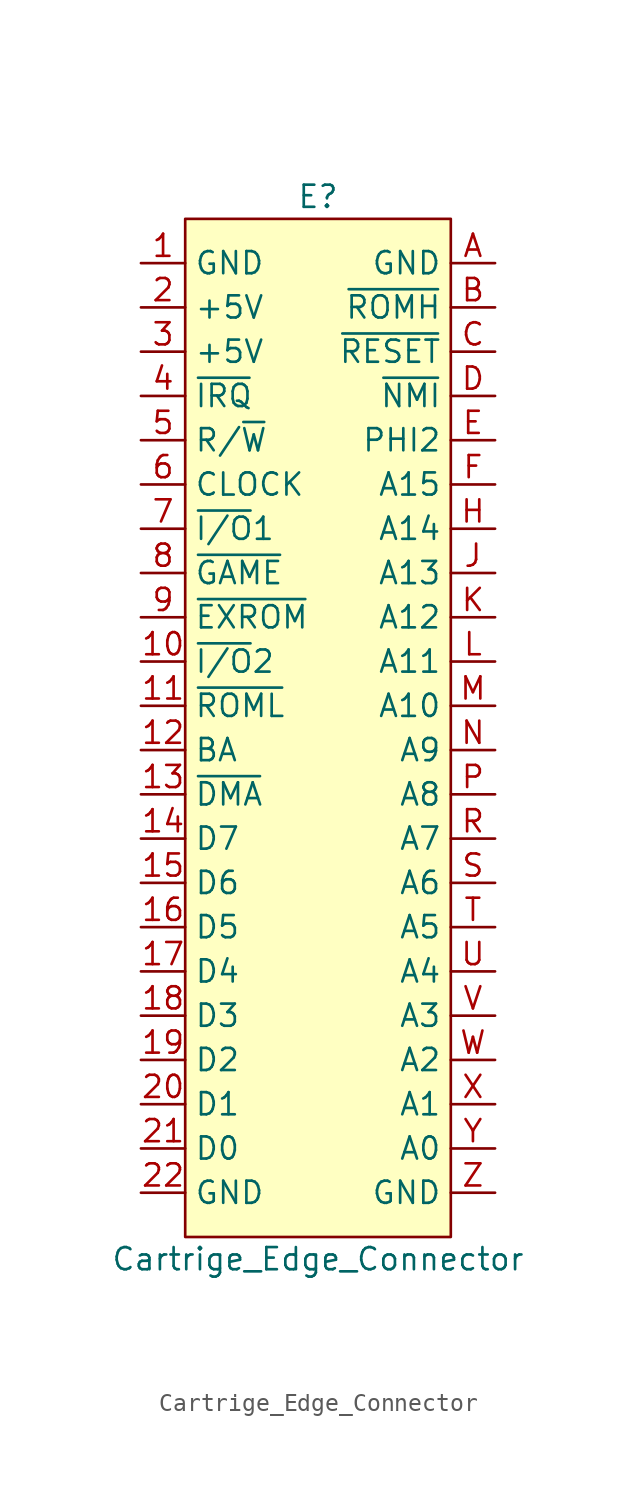
<source format=kicad_sym>
(kicad_symbol_lib
  (version 20211014)
  (generator kicad_symbol_editor)
  (symbol "Cartrige_Edge_Connector"
    (property "Reference" "E"
      (at 0 22.86 0)
      (effects (font (size 1.27 1.27))))
    (property "Value" "Cartrige_Edge_Connector"
      (at 0 -38.1 0)
      (effects (font (size 1.27 1.27))))
    (symbol "Cartrige_Edge_Connector_0_1"
      (rectangle (start -7.62 21.59) (end 7.62 -36.83) (stroke (width 0) (type default) (color 0 0 0 0)) (fill (type background))))
    (symbol "Cartrige_Edge_Connector_1_1"
      (pin power_in line (at -10.16 19.05 0) (length 2.54) (name "GND" (effects (font (size 1.27 1.27)))) (number "1" (effects (font (size 1.27 1.27)))))
      (pin output line (at -10.16 -3.81 0) (length 2.54) (name "~{I/O}2" (effects (font (size 1.27 1.27)))) (number "10" (effects (font (size 1.27 1.27)))))
      (pin output line (at -10.16 -6.35 0) (length 2.54) (name "~{ROML}" (effects (font (size 1.27 1.27)))) (number "11" (effects (font (size 1.27 1.27)))))
      (pin output line (at -10.16 -8.89 0) (length 2.54) (name "BA" (effects (font (size 1.27 1.27)))) (number "12" (effects (font (size 1.27 1.27)))))
      (pin input line (at -10.16 -11.43 0) (length 2.54) (name "~{DMA}" (effects (font (size 1.27 1.27)))) (number "13" (effects (font (size 1.27 1.27)))))
      (pin bidirectional line (at -10.16 -13.97 0) (length 2.54) (name "D7" (effects (font (size 1.27 1.27)))) (number "14" (effects (font (size 1.27 1.27)))))
      (pin bidirectional line (at -10.16 -16.51 0) (length 2.54) (name "D6" (effects (font (size 1.27 1.27)))) (number "15" (effects (font (size 1.27 1.27)))))
      (pin bidirectional line (at -10.16 -19.05 0) (length 2.54) (name "D5" (effects (font (size 1.27 1.27)))) (number "16" (effects (font (size 1.27 1.27)))))
      (pin bidirectional line (at -10.16 -21.59 0) (length 2.54) (name "D4" (effects (font (size 1.27 1.27)))) (number "17" (effects (font (size 1.27 1.27)))))
      (pin bidirectional line (at -10.16 -24.13 0) (length 2.54) (name "D3" (effects (font (size 1.27 1.27)))) (number "18" (effects (font (size 1.27 1.27)))))
      (pin bidirectional line (at -10.16 -26.67 0) (length 2.54) (name "D2" (effects (font (size 1.27 1.27)))) (number "19" (effects (font (size 1.27 1.27)))))
      (pin power_in line (at -10.16 16.51 0) (length 2.54) (name "+5V" (effects (font (size 1.27 1.27)))) (number "2" (effects (font (size 1.27 1.27)))))
      (pin bidirectional line (at -10.16 -29.21 0) (length 2.54) (name "D1" (effects (font (size 1.27 1.27)))) (number "20" (effects (font (size 1.27 1.27)))))
      (pin bidirectional line (at -10.16 -31.75 0) (length 2.54) (name "D0" (effects (font (size 1.27 1.27)))) (number "21" (effects (font (size 1.27 1.27)))))
      (pin power_in line (at -10.16 -34.29 0) (length 2.54) (name "GND" (effects (font (size 1.27 1.27)))) (number "22" (effects (font (size 1.27 1.27)))))
      (pin power_in line (at -10.16 13.97 0) (length 2.54) (name "+5V" (effects (font (size 1.27 1.27)))) (number "3" (effects (font (size 1.27 1.27)))))
      (pin input line (at -10.16 11.43 0) (length 2.54) (name "~{IRQ}" (effects (font (size 1.27 1.27)))) (number "4" (effects (font (size 1.27 1.27)))))
      (pin output line (at -10.16 8.89 0) (length 2.54) (name "R/~{W}" (effects (font (size 1.27 1.27)))) (number "5" (effects (font (size 1.27 1.27)))))
      (pin output line (at -10.16 6.35 0) (length 2.54) (name "CLOCK" (effects (font (size 1.27 1.27)))) (number "6" (effects (font (size 1.27 1.27)))))
      (pin output line (at -10.16 3.81 0) (length 2.54) (name "~{I/O}1" (effects (font (size 1.27 1.27)))) (number "7" (effects (font (size 1.27 1.27)))))
      (pin input line (at -10.16 1.27 0) (length 2.54) (name "~{GAME}" (effects (font (size 1.27 1.27)))) (number "8" (effects (font (size 1.27 1.27)))))
      (pin input line (at -10.16 -1.27 0) (length 2.54) (name "~{EXROM}" (effects (font (size 1.27 1.27)))) (number "9" (effects (font (size 1.27 1.27)))))
      (pin power_in line (at 10.16 19.05 180) (length 2.54) (name "GND" (effects (font (size 1.27 1.27)))) (number "A" (effects (font (size 1.27 1.27)))))
      (pin output line (at 10.16 16.51 180) (length 2.54) (name "~{ROMH}" (effects (font (size 1.27 1.27)))) (number "B" (effects (font (size 1.27 1.27)))))
      (pin open_collector line (at 10.16 13.97 180) (length 2.54) (name "~{RESET}" (effects (font (size 1.27 1.27)))) (number "C" (effects (font (size 1.27 1.27)))))
      (pin input line (at 10.16 11.43 180) (length 2.54) (name "~{NMI}" (effects (font (size 1.27 1.27)))) (number "D" (effects (font (size 1.27 1.27)))))
      (pin output line (at 10.16 8.89 180) (length 2.54) (name "PHI2" (effects (font (size 1.27 1.27)))) (number "E" (effects (font (size 1.27 1.27)))))
      (pin bidirectional line (at 10.16 6.35 180) (length 2.54) (name "A15" (effects (font (size 1.27 1.27)))) (number "F" (effects (font (size 1.27 1.27)))))
      (pin bidirectional line (at 10.16 3.81 180) (length 2.54) (name "A14" (effects (font (size 1.27 1.27)))) (number "H" (effects (font (size 1.27 1.27)))))
      (pin bidirectional line (at 10.16 1.27 180) (length 2.54) (name "A13" (effects (font (size 1.27 1.27)))) (number "J" (effects (font (size 1.27 1.27)))))
      (pin bidirectional line (at 10.16 -1.27 180) (length 2.54) (name "A12" (effects (font (size 1.27 1.27)))) (number "K" (effects (font (size 1.27 1.27)))))
      (pin bidirectional line (at 10.16 -3.81 180) (length 2.54) (name "A11" (effects (font (size 1.27 1.27)))) (number "L" (effects (font (size 1.27 1.27)))))
      (pin bidirectional line (at 10.16 -6.35 180) (length 2.54) (name "A10" (effects (font (size 1.27 1.27)))) (number "M" (effects (font (size 1.27 1.27)))))
      (pin bidirectional line (at 10.16 -8.89 180) (length 2.54) (name "A9" (effects (font (size 1.27 1.27)))) (number "N" (effects (font (size 1.27 1.27)))))
      (pin bidirectional line (at 10.16 -11.43 180) (length 2.54) (name "A8" (effects (font (size 1.27 1.27)))) (number "P" (effects (font (size 1.27 1.27)))))
      (pin bidirectional line (at 10.16 -13.97 180) (length 2.54) (name "A7" (effects (font (size 1.27 1.27)))) (number "R" (effects (font (size 1.27 1.27)))))
      (pin bidirectional line (at 10.16 -16.51 180) (length 2.54) (name "A6" (effects (font (size 1.27 1.27)))) (number "S" (effects (font (size 1.27 1.27)))))
      (pin bidirectional line (at 10.16 -19.05 180) (length 2.54) (name "A5" (effects (font (size 1.27 1.27)))) (number "T" (effects (font (size 1.27 1.27)))))
      (pin bidirectional line (at 10.16 -21.59 180) (length 2.54) (name "A4" (effects (font (size 1.27 1.27)))) (number "U" (effects (font (size 1.27 1.27)))))
      (pin bidirectional line (at 10.16 -24.13 180) (length 2.54) (name "A3" (effects (font (size 1.27 1.27)))) (number "V" (effects (font (size 1.27 1.27)))))
      (pin bidirectional line (at 10.16 -26.67 180) (length 2.54) (name "A2" (effects (font (size 1.27 1.27)))) (number "W" (effects (font (size 1.27 1.27)))))
      (pin bidirectional line (at 10.16 -29.21 180) (length 2.54) (name "A1" (effects (font (size 1.27 1.27)))) (number "X" (effects (font (size 1.27 1.27)))))
      (pin bidirectional line (at 10.16 -31.75 180) (length 2.54) (name "A0" (effects (font (size 1.27 1.27)))) (number "Y" (effects (font (size 1.27 1.27)))))
      (pin power_in line (at 10.16 -34.29 180) (length 2.54) (name "GND" (effects (font (size 1.27 1.27)))) (number "Z" (effects (font (size 1.27 1.27))))))))
</source>
